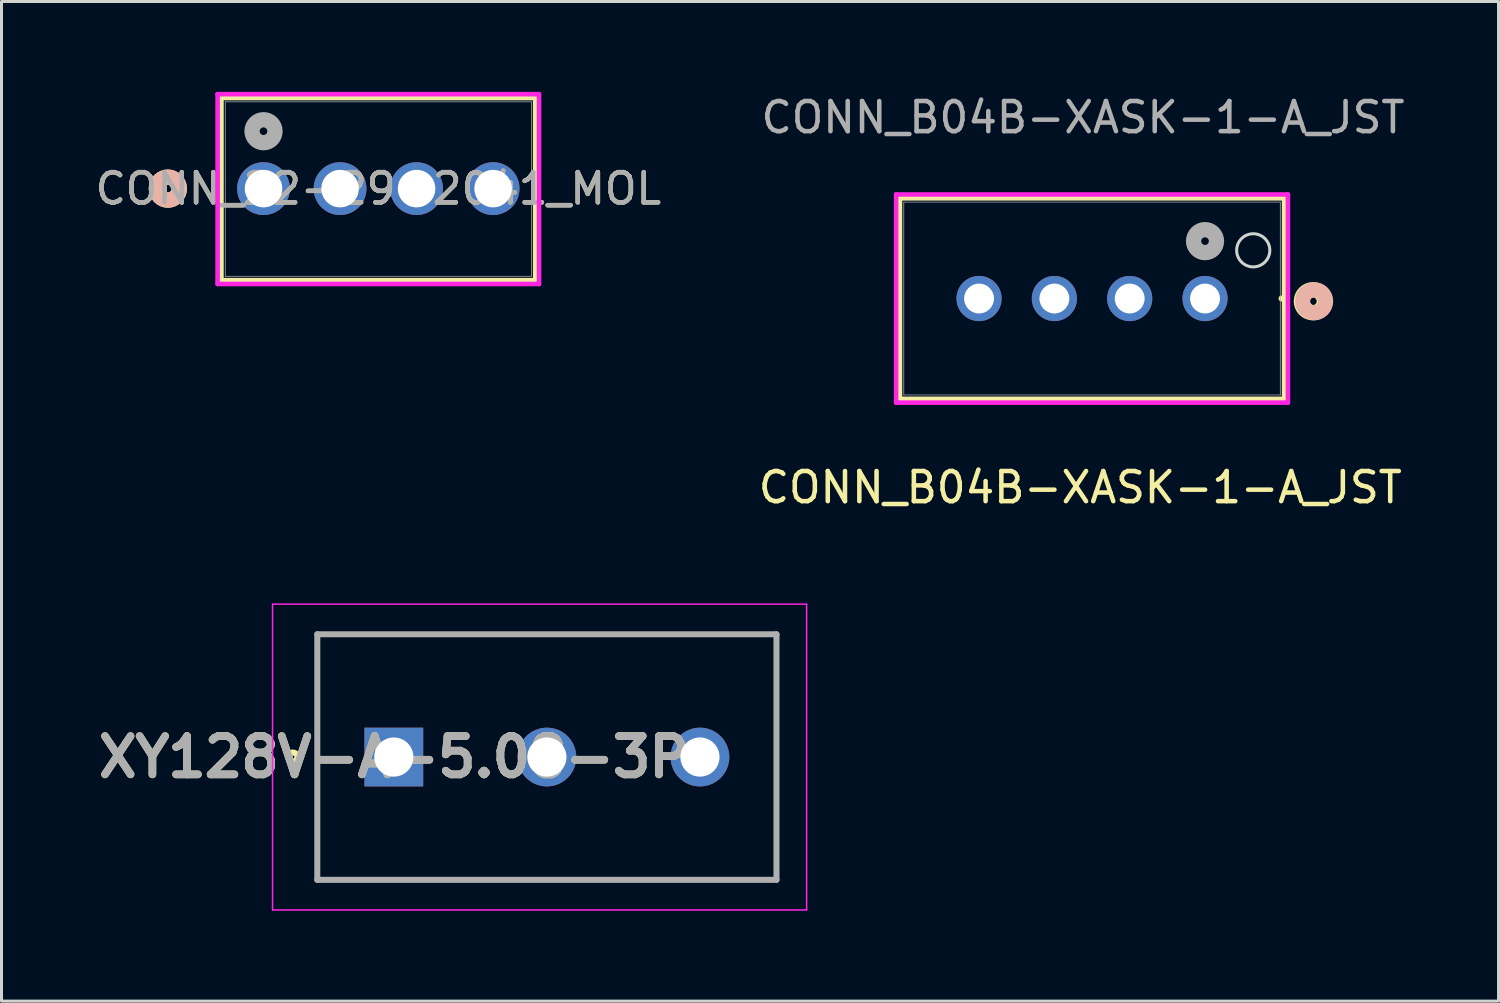
<source format=kicad_pcb>
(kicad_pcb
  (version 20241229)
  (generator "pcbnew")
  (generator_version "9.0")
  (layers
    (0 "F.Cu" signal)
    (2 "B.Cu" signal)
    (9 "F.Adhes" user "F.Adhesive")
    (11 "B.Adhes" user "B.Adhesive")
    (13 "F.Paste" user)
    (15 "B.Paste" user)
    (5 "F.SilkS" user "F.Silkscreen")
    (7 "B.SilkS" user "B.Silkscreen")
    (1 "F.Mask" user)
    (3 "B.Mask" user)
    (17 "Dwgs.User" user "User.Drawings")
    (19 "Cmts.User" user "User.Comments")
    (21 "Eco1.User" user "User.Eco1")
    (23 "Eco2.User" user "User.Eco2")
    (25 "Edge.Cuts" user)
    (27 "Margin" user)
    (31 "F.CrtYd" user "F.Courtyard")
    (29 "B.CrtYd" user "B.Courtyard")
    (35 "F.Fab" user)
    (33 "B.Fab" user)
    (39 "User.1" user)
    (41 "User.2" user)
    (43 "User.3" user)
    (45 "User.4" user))
  (footprint "CONN_B04B-XASK-1-A_JST"
    (layer "F.Cu")
    (at 36.944 6.858)
    (property "Reference" "CONN_B04B-XASK-1-A_JST" (at -4.14 6.27 0) (unlocked yes) (layer "F.SilkS") (effects (font (size 1 1) (thickness 0.15))))
    (attr through_hole)
    (fp_line (start -10.125 -3.327) (end -10.125 3.328) (stroke (width 0.152) (type solid)) (layer "F.SilkS"))
    (fp_line (start -10.125 3.328) (end 2.625 3.328) (stroke (width 0.152) (type solid)) (layer "F.SilkS"))
    (fp_line (start 2.625 -3.327) (end -10.125 -3.327) (stroke (width 0.152) (type solid)) (layer "F.SilkS"))
    (fp_line (start 2.625 3.328) (end 2.625 -3.327) (stroke (width 0.152) (type solid)) (layer "F.SilkS"))
    (fp_circle (center 2.54 0) (end 2.54 0) (stroke (width 0.1) (type default)) (fill no) (layer "F.SilkS"))
    (fp_circle (center 3.58 0.09) (end 3.961 0.09) (stroke (width 0.508) (type solid)) (fill no) (layer "F.SilkS"))
    (fp_circle (center 3.62 0.09) (end 4.001 0.09) (stroke (width 0.508) (type solid)) (fill no) (layer "B.SilkS"))
    (fp_circle (center 1.6 -1.6) (end 2.15 -1.6) (stroke (width 0.1) (type default)) (fill no) (layer "Edge.Cuts"))
    (fp_line (start -10.252 -3.454) (end -10.252 3.455) (stroke (width 0.152) (type solid)) (layer "F.CrtYd"))
    (fp_line (start -10.252 3.455) (end 2.752 3.455) (stroke (width 0.152) (type solid)) (layer "F.CrtYd"))
    (fp_line (start 2.752 -3.454) (end -10.252 -3.454) (stroke (width 0.152) (type solid)) (layer "F.CrtYd"))
    (fp_line (start 2.752 3.455) (end 2.752 -3.454) (stroke (width 0.152) (type solid)) (layer "F.CrtYd"))
    (fp_line (start -9.998 -3.2) (end -9.998 3.201) (stroke (width 0.025) (type solid)) (layer "F.Fab"))
    (fp_line (start -9.998 3.201) (end 2.498 3.201) (stroke (width 0.025) (type solid)) (layer "F.Fab"))
    (fp_line (start 2.498 -3.2) (end -9.998 -3.2) (stroke (width 0.025) (type solid)) (layer "F.Fab"))
    (fp_line (start 2.498 3.201) (end 2.498 -3.2) (stroke (width 0.025) (type solid)) (layer "F.Fab"))
    (fp_circle (center 0 -1.905) (end 0.381 -1.905) (stroke (width 0.508) (type solid)) (fill no) (layer "F.Fab"))
    (fp_text user "${REFERENCE}" (at -4.05 -6.01 0) (unlocked yes) (layer "F.Fab") (effects (font (size 1 1) (thickness 0.15))))
    (pad "1" thru_hole circle (at 0 0) (size 1.499 1.499) (drill 0.991) (layers "*.Cu" "*.Mask"))
    (pad "2" thru_hole circle (at -2.5 0) (size 1.499 1.499) (drill 0.991) (layers "*.Cu" "*.Mask"))
    (pad "3" thru_hole circle (at -5 0) (size 1.499 1.499) (drill 0.991) (layers "*.Cu" "*.Mask"))
    (pad "4" thru_hole circle (at -7.5 0) (size 1.499 1.499) (drill 0.991) (layers "*.Cu" "*.Mask")))
  (footprint "XY128V-A-5.08-3P"
    (layer "F.Cu")
    (at 10.021 22.076)
    (property "Reference" "XY128V-A-5.08-3P" (at 0 0 0) (layer "F.SilkS") (effects (font (size 1.27 1.27) (thickness 0.254))))
    (attr through_hole)
    (fp_line (start -2.54 -4.075) (end 12.7 -4.075) (stroke (width 0.1) (type solid)) (layer "F.SilkS"))
    (fp_line (start -2.54 4.075) (end -2.54 -4.075) (stroke (width 0.1) (type solid)) (layer "F.SilkS"))
    (fp_line (start 12.7 -4.075) (end 12.7 4.075) (stroke (width 0.1) (type solid)) (layer "F.SilkS"))
    (fp_line (start 12.7 4.075) (end -2.54 4.075) (stroke (width 0.1) (type solid)) (layer "F.SilkS"))
    (fp_circle (center -3.35 0) (end -3.35 0.05) (stroke (width 0.2) (type solid)) (fill no) (layer "F.SilkS"))
    (fp_line (start -4.025 -5.075) (end 13.7 -5.075) (stroke (width 0.05) (type solid)) (layer "F.CrtYd"))
    (fp_line (start -4.025 5.075) (end -4.025 -5.075) (stroke (width 0.05) (type solid)) (layer "F.CrtYd"))
    (fp_line (start 13.7 -5.075) (end 13.7 5.075) (stroke (width 0.05) (type solid)) (layer "F.CrtYd"))
    (fp_line (start 13.7 5.075) (end -4.025 5.075) (stroke (width 0.05) (type solid)) (layer "F.CrtYd"))
    (fp_line (start -2.54 -4.075) (end 12.7 -4.075) (stroke (width 0.2) (type solid)) (layer "F.Fab"))
    (fp_line (start -2.54 4.075) (end -2.54 -4.075) (stroke (width 0.2) (type solid)) (layer "F.Fab"))
    (fp_line (start 12.7 -4.075) (end 12.7 4.075) (stroke (width 0.2) (type solid)) (layer "F.Fab"))
    (fp_line (start 12.7 4.075) (end -2.54 4.075) (stroke (width 0.2) (type solid)) (layer "F.Fab"))
    (fp_text user "${REFERENCE}" (at 0 0 0) (layer "F.Fab") (effects (font (size 1.27 1.27) (thickness 0.254))))
    (pad "1" thru_hole circle (at 10.16 0) (size 1.95 1.95) (drill 1.3) (layers "*.Cu" "*.Mask"))
    (pad "2" thru_hole circle (at 5.08 0) (size 1.95 1.95) (drill 1.3) (layers "*.Cu" "*.Mask"))
    (pad "3" thru_hole rect (at 0 0) (size 1.95 1.95) (drill 1.3) (layers "*.Cu" "*.Mask")))
  (footprint "CONN_22-29-2041_MOL"
    (layer "F.Cu")
    (at 5.696 3.21)
    (property "Reference" "CONN_22-29-2041_MOL" (at 3.81 0 0) (unlocked yes) (layer "F.SilkS") (effects (font (size 1 1) (thickness 0.15))))
    (attr through_hole)
    (fp_line (start -1.397 -3.007) (end -1.397 3.038) (stroke (width 0.152) (type solid)) (layer "F.SilkS"))
    (fp_line (start -1.397 3.038) (end 9.017 3.038) (stroke (width 0.152) (type solid)) (layer "F.SilkS"))
    (fp_line (start 9.017 -3.007) (end -1.397 -3.007) (stroke (width 0.152) (type solid)) (layer "F.SilkS"))
    (fp_line (start 9.017 3.038) (end 9.017 -3.007) (stroke (width 0.152) (type solid)) (layer "F.SilkS"))
    (fp_circle (center -3.175 0) (end -2.794 0) (stroke (width 0.508) (type solid)) (fill no) (layer "F.SilkS"))
    (fp_circle (center -3.175 0) (end -2.794 0) (stroke (width 0.508) (type solid)) (fill no) (layer "B.SilkS"))
    (fp_line (start -1.524 -3.134) (end -1.524 3.165) (stroke (width 0.152) (type solid)) (layer "F.CrtYd"))
    (fp_line (start -1.524 3.165) (end 9.144 3.165) (stroke (width 0.152) (type solid)) (layer "F.CrtYd"))
    (fp_line (start 9.144 -3.134) (end -1.524 -3.134) (stroke (width 0.152) (type solid)) (layer "F.CrtYd"))
    (fp_line (start 9.144 3.165) (end 9.144 -3.134) (stroke (width 0.152) (type solid)) (layer "F.CrtYd"))
    (fp_line (start -1.27 -2.88) (end -1.27 2.911) (stroke (width 0.025) (type solid)) (layer "F.Fab"))
    (fp_line (start -1.27 2.911) (end 8.89 2.911) (stroke (width 0.025) (type solid)) (layer "F.Fab"))
    (fp_line (start 8.89 -2.88) (end -1.27 -2.88) (stroke (width 0.025) (type solid)) (layer "F.Fab"))
    (fp_line (start 8.89 2.911) (end 8.89 -2.88) (stroke (width 0.025) (type solid)) (layer "F.Fab"))
    (fp_circle (center 0 -1.905) (end 0.381 -1.905) (stroke (width 0.508) (type solid)) (fill no) (layer "F.Fab"))
    (fp_text user "${REFERENCE}" (at 3.81 0 0) (unlocked yes) (layer "F.Fab") (effects (font (size 1 1) (thickness 0.15))))
    (pad "1" thru_hole circle (at 0 0) (size 1.753 1.753) (drill 1.245) (layers "*.Cu" "*.Mask"))
    (pad "2" thru_hole circle (at 2.54 0) (size 1.753 1.753) (drill 1.245) (layers "*.Cu" "*.Mask"))
    (pad "3" thru_hole circle (at 5.08 0) (size 1.753 1.753) (drill 1.245) (layers "*.Cu" "*.Mask"))
    (pad "4" thru_hole circle (at 7.62 0) (size 1.753 1.753) (drill 1.245) (layers "*.Cu" "*.Mask")))
  (gr_rect
    (start -3 -3)
    (end 46.685 30.177)
    (stroke (width 0.1) (type default))
    (fill no)
    (layer "Edge.Cuts")))
</source>
